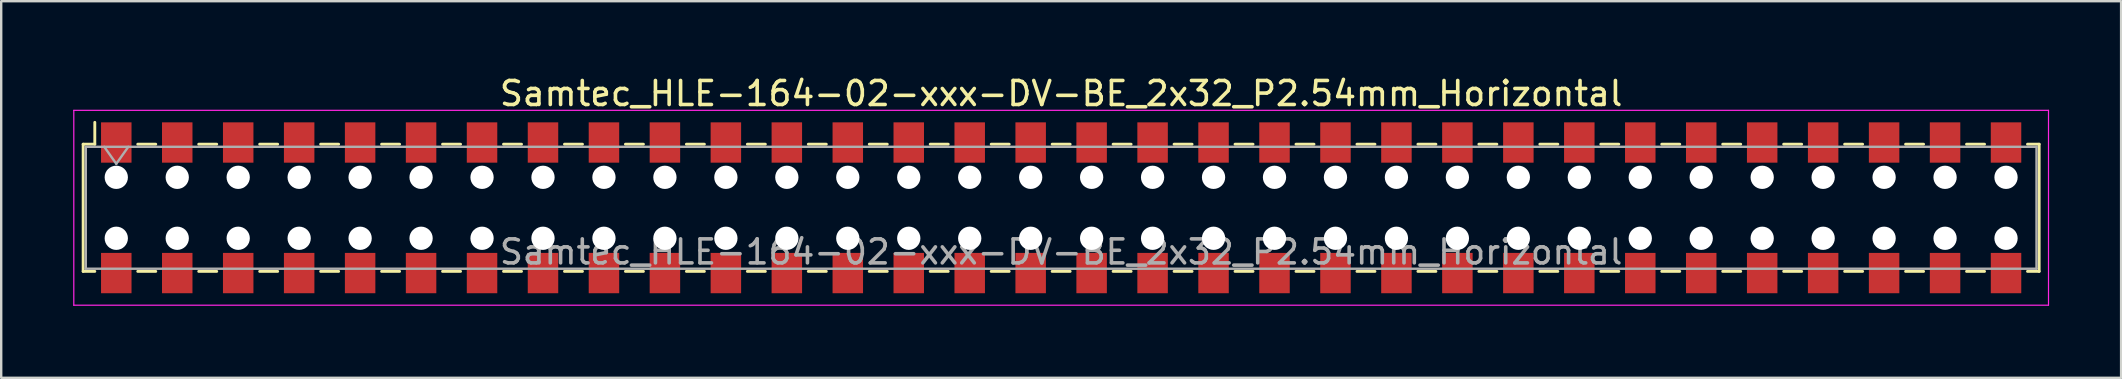
<source format=kicad_pcb>
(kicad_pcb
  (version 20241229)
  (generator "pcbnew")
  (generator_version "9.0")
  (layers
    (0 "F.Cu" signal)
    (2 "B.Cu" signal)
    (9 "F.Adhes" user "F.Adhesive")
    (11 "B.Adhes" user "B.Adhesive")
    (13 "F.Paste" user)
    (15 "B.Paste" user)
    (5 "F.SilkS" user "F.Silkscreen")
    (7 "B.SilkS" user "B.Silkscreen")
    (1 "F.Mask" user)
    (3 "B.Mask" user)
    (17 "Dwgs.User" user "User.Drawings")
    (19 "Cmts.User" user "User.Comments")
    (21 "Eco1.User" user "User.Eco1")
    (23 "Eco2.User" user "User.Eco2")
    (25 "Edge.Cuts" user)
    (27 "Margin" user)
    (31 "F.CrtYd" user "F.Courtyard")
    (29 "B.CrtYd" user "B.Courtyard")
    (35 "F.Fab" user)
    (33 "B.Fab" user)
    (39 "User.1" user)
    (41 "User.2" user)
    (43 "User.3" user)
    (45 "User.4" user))
  (footprint "Samtec_HLE-164-02-xxx-DV-BE_2x32_P2.54mm_Horizontal"
    (layer "F.Cu")
    (at 41.165 5.608)
    (property "Reference" "Samtec_HLE-164-02-xxx-DV-BE_2x32_P2.54mm_Horizontal" (at 0 -4.76 0) (layer "F.SilkS") (effects (font (size 1 1) (thickness 0.15))))
    (attr smd)
    (fp_line (start -40.75 -2.65) (end -40.75 2.65) (stroke (width 0.12) (type solid)) (layer "F.SilkS"))
    (fp_line (start -40.75 2.65) (end -40.265 2.65) (stroke (width 0.12) (type solid)) (layer "F.SilkS"))
    (fp_line (start -40.265 -3.56) (end -40.265 -2.65) (stroke (width 0.12) (type solid)) (layer "F.SilkS"))
    (fp_line (start -40.265 -2.65) (end -40.75 -2.65) (stroke (width 0.12) (type solid)) (layer "F.SilkS"))
    (fp_line (start -38.475 -2.65) (end -37.725 -2.65) (stroke (width 0.12) (type solid)) (layer "F.SilkS"))
    (fp_line (start -38.475 2.65) (end -37.725 2.65) (stroke (width 0.12) (type solid)) (layer "F.SilkS"))
    (fp_line (start -35.935 -2.65) (end -35.185 -2.65) (stroke (width 0.12) (type solid)) (layer "F.SilkS"))
    (fp_line (start -35.935 2.65) (end -35.185 2.65) (stroke (width 0.12) (type solid)) (layer "F.SilkS"))
    (fp_line (start -33.395 -2.65) (end -32.645 -2.65) (stroke (width 0.12) (type solid)) (layer "F.SilkS"))
    (fp_line (start -33.395 2.65) (end -32.645 2.65) (stroke (width 0.12) (type solid)) (layer "F.SilkS"))
    (fp_line (start -30.855 -2.65) (end -30.105 -2.65) (stroke (width 0.12) (type solid)) (layer "F.SilkS"))
    (fp_line (start -30.855 2.65) (end -30.105 2.65) (stroke (width 0.12) (type solid)) (layer "F.SilkS"))
    (fp_line (start -28.315 -2.65) (end -27.565 -2.65) (stroke (width 0.12) (type solid)) (layer "F.SilkS"))
    (fp_line (start -28.315 2.65) (end -27.565 2.65) (stroke (width 0.12) (type solid)) (layer "F.SilkS"))
    (fp_line (start -25.775 -2.65) (end -25.025 -2.65) (stroke (width 0.12) (type solid)) (layer "F.SilkS"))
    (fp_line (start -25.775 2.65) (end -25.025 2.65) (stroke (width 0.12) (type solid)) (layer "F.SilkS"))
    (fp_line (start -23.235 -2.65) (end -22.485 -2.65) (stroke (width 0.12) (type solid)) (layer "F.SilkS"))
    (fp_line (start -23.235 2.65) (end -22.485 2.65) (stroke (width 0.12) (type solid)) (layer "F.SilkS"))
    (fp_line (start -20.695 -2.65) (end -19.945 -2.65) (stroke (width 0.12) (type solid)) (layer "F.SilkS"))
    (fp_line (start -20.695 2.65) (end -19.945 2.65) (stroke (width 0.12) (type solid)) (layer "F.SilkS"))
    (fp_line (start -18.155 -2.65) (end -17.405 -2.65) (stroke (width 0.12) (type solid)) (layer "F.SilkS"))
    (fp_line (start -18.155 2.65) (end -17.405 2.65) (stroke (width 0.12) (type solid)) (layer "F.SilkS"))
    (fp_line (start -15.615 -2.65) (end -14.865 -2.65) (stroke (width 0.12) (type solid)) (layer "F.SilkS"))
    (fp_line (start -15.615 2.65) (end -14.865 2.65) (stroke (width 0.12) (type solid)) (layer "F.SilkS"))
    (fp_line (start -13.075 -2.65) (end -12.325 -2.65) (stroke (width 0.12) (type solid)) (layer "F.SilkS"))
    (fp_line (start -13.075 2.65) (end -12.325 2.65) (stroke (width 0.12) (type solid)) (layer "F.SilkS"))
    (fp_line (start -10.535 -2.65) (end -9.785 -2.65) (stroke (width 0.12) (type solid)) (layer "F.SilkS"))
    (fp_line (start -10.535 2.65) (end -9.785 2.65) (stroke (width 0.12) (type solid)) (layer "F.SilkS"))
    (fp_line (start -7.995 -2.65) (end -7.245 -2.65) (stroke (width 0.12) (type solid)) (layer "F.SilkS"))
    (fp_line (start -7.995 2.65) (end -7.245 2.65) (stroke (width 0.12) (type solid)) (layer "F.SilkS"))
    (fp_line (start -5.455 -2.65) (end -4.705 -2.65) (stroke (width 0.12) (type solid)) (layer "F.SilkS"))
    (fp_line (start -5.455 2.65) (end -4.705 2.65) (stroke (width 0.12) (type solid)) (layer "F.SilkS"))
    (fp_line (start -2.915 -2.65) (end -2.165 -2.65) (stroke (width 0.12) (type solid)) (layer "F.SilkS"))
    (fp_line (start -2.915 2.65) (end -2.165 2.65) (stroke (width 0.12) (type solid)) (layer "F.SilkS"))
    (fp_line (start -0.375 -2.65) (end 0.375 -2.65) (stroke (width 0.12) (type solid)) (layer "F.SilkS"))
    (fp_line (start -0.375 2.65) (end 0.375 2.65) (stroke (width 0.12) (type solid)) (layer "F.SilkS"))
    (fp_line (start 2.165 -2.65) (end 2.915 -2.65) (stroke (width 0.12) (type solid)) (layer "F.SilkS"))
    (fp_line (start 2.165 2.65) (end 2.915 2.65) (stroke (width 0.12) (type solid)) (layer "F.SilkS"))
    (fp_line (start 4.705 -2.65) (end 5.455 -2.65) (stroke (width 0.12) (type solid)) (layer "F.SilkS"))
    (fp_line (start 4.705 2.65) (end 5.455 2.65) (stroke (width 0.12) (type solid)) (layer "F.SilkS"))
    (fp_line (start 7.245 -2.65) (end 7.995 -2.65) (stroke (width 0.12) (type solid)) (layer "F.SilkS"))
    (fp_line (start 7.245 2.65) (end 7.995 2.65) (stroke (width 0.12) (type solid)) (layer "F.SilkS"))
    (fp_line (start 9.785 -2.65) (end 10.535 -2.65) (stroke (width 0.12) (type solid)) (layer "F.SilkS"))
    (fp_line (start 9.785 2.65) (end 10.535 2.65) (stroke (width 0.12) (type solid)) (layer "F.SilkS"))
    (fp_line (start 12.325 -2.65) (end 13.075 -2.65) (stroke (width 0.12) (type solid)) (layer "F.SilkS"))
    (fp_line (start 12.325 2.65) (end 13.075 2.65) (stroke (width 0.12) (type solid)) (layer "F.SilkS"))
    (fp_line (start 14.865 -2.65) (end 15.615 -2.65) (stroke (width 0.12) (type solid)) (layer "F.SilkS"))
    (fp_line (start 14.865 2.65) (end 15.615 2.65) (stroke (width 0.12) (type solid)) (layer "F.SilkS"))
    (fp_line (start 17.405 -2.65) (end 18.155 -2.65) (stroke (width 0.12) (type solid)) (layer "F.SilkS"))
    (fp_line (start 17.405 2.65) (end 18.155 2.65) (stroke (width 0.12) (type solid)) (layer "F.SilkS"))
    (fp_line (start 19.945 -2.65) (end 20.695 -2.65) (stroke (width 0.12) (type solid)) (layer "F.SilkS"))
    (fp_line (start 19.945 2.65) (end 20.695 2.65) (stroke (width 0.12) (type solid)) (layer "F.SilkS"))
    (fp_line (start 22.485 -2.65) (end 23.235 -2.65) (stroke (width 0.12) (type solid)) (layer "F.SilkS"))
    (fp_line (start 22.485 2.65) (end 23.235 2.65) (stroke (width 0.12) (type solid)) (layer "F.SilkS"))
    (fp_line (start 25.025 -2.65) (end 25.775 -2.65) (stroke (width 0.12) (type solid)) (layer "F.SilkS"))
    (fp_line (start 25.025 2.65) (end 25.775 2.65) (stroke (width 0.12) (type solid)) (layer "F.SilkS"))
    (fp_line (start 27.565 -2.65) (end 28.315 -2.65) (stroke (width 0.12) (type solid)) (layer "F.SilkS"))
    (fp_line (start 27.565 2.65) (end 28.315 2.65) (stroke (width 0.12) (type solid)) (layer "F.SilkS"))
    (fp_line (start 30.105 -2.65) (end 30.855 -2.65) (stroke (width 0.12) (type solid)) (layer "F.SilkS"))
    (fp_line (start 30.105 2.65) (end 30.855 2.65) (stroke (width 0.12) (type solid)) (layer "F.SilkS"))
    (fp_line (start 32.645 -2.65) (end 33.395 -2.65) (stroke (width 0.12) (type solid)) (layer "F.SilkS"))
    (fp_line (start 32.645 2.65) (end 33.395 2.65) (stroke (width 0.12) (type solid)) (layer "F.SilkS"))
    (fp_line (start 35.185 -2.65) (end 35.935 -2.65) (stroke (width 0.12) (type solid)) (layer "F.SilkS"))
    (fp_line (start 35.185 2.65) (end 35.935 2.65) (stroke (width 0.12) (type solid)) (layer "F.SilkS"))
    (fp_line (start 37.725 -2.65) (end 38.475 -2.65) (stroke (width 0.12) (type solid)) (layer "F.SilkS"))
    (fp_line (start 37.725 2.65) (end 38.475 2.65) (stroke (width 0.12) (type solid)) (layer "F.SilkS"))
    (fp_line (start 40.265 -2.65) (end 40.75 -2.65) (stroke (width 0.12) (type solid)) (layer "F.SilkS"))
    (fp_line (start 40.75 -2.65) (end 40.75 2.65) (stroke (width 0.12) (type solid)) (layer "F.SilkS"))
    (fp_line (start 40.75 2.65) (end 40.265 2.65) (stroke (width 0.12) (type solid)) (layer "F.SilkS"))
    (fp_line (start -41.14 -4.06) (end 41.14 -4.06) (stroke (width 0.05) (type solid)) (layer "F.CrtYd"))
    (fp_line (start -41.14 4.06) (end -41.14 -4.06) (stroke (width 0.05) (type solid)) (layer "F.CrtYd"))
    (fp_line (start 41.14 -4.06) (end 41.14 4.06) (stroke (width 0.05) (type solid)) (layer "F.CrtYd"))
    (fp_line (start 41.14 4.06) (end -41.14 4.06) (stroke (width 0.05) (type solid)) (layer "F.CrtYd"))
    (fp_line (start -40.64 -2.54) (end 40.64 -2.54) (stroke (width 0.1) (type solid)) (layer "F.Fab"))
    (fp_line (start -40.64 2.54) (end -40.64 -2.54) (stroke (width 0.1) (type solid)) (layer "F.Fab"))
    (fp_line (start -39.87 -2.54) (end -39.37 -1.833) (stroke (width 0.1) (type solid)) (layer "F.Fab"))
    (fp_line (start -39.37 -1.833) (end -38.87 -2.54) (stroke (width 0.1) (type solid)) (layer "F.Fab"))
    (fp_line (start 40.64 -2.54) (end 40.64 2.54) (stroke (width 0.1) (type solid)) (layer "F.Fab"))
    (fp_line (start 40.64 2.54) (end -40.64 2.54) (stroke (width 0.1) (type solid)) (layer "F.Fab"))
    (fp_text user "${REFERENCE}" (at 0 1.84 0) (layer "F.Fab") (effects (font (size 1 1) (thickness 0.15))))
    (pad "" np_thru_hole circle (at -39.37 -1.27) (size 0.97 0.97) (drill 0.97) (layers "*.Cu" "*.Mask"))
    (pad "" np_thru_hole circle (at -39.37 1.27) (size 0.97 0.97) (drill 0.97) (layers "*.Cu" "*.Mask"))
    (pad "" np_thru_hole circle (at -36.83 -1.27) (size 0.97 0.97) (drill 0.97) (layers "*.Cu" "*.Mask"))
    (pad "" np_thru_hole circle (at -36.83 1.27) (size 0.97 0.97) (drill 0.97) (layers "*.Cu" "*.Mask"))
    (pad "" np_thru_hole circle (at -34.29 -1.27) (size 0.97 0.97) (drill 0.97) (layers "*.Cu" "*.Mask"))
    (pad "" np_thru_hole circle (at -34.29 1.27) (size 0.97 0.97) (drill 0.97) (layers "*.Cu" "*.Mask"))
    (pad "" np_thru_hole circle (at -31.75 -1.27) (size 0.97 0.97) (drill 0.97) (layers "*.Cu" "*.Mask"))
    (pad "" np_thru_hole circle (at -31.75 1.27) (size 0.97 0.97) (drill 0.97) (layers "*.Cu" "*.Mask"))
    (pad "" np_thru_hole circle (at -29.21 -1.27) (size 0.97 0.97) (drill 0.97) (layers "*.Cu" "*.Mask"))
    (pad "" np_thru_hole circle (at -29.21 1.27) (size 0.97 0.97) (drill 0.97) (layers "*.Cu" "*.Mask"))
    (pad "" np_thru_hole circle (at -26.67 -1.27) (size 0.97 0.97) (drill 0.97) (layers "*.Cu" "*.Mask"))
    (pad "" np_thru_hole circle (at -26.67 1.27) (size 0.97 0.97) (drill 0.97) (layers "*.Cu" "*.Mask"))
    (pad "" np_thru_hole circle (at -24.13 -1.27) (size 0.97 0.97) (drill 0.97) (layers "*.Cu" "*.Mask"))
    (pad "" np_thru_hole circle (at -24.13 1.27) (size 0.97 0.97) (drill 0.97) (layers "*.Cu" "*.Mask"))
    (pad "" np_thru_hole circle (at -21.59 -1.27) (size 0.97 0.97) (drill 0.97) (layers "*.Cu" "*.Mask"))
    (pad "" np_thru_hole circle (at -21.59 1.27) (size 0.97 0.97) (drill 0.97) (layers "*.Cu" "*.Mask"))
    (pad "" np_thru_hole circle (at -19.05 -1.27) (size 0.97 0.97) (drill 0.97) (layers "*.Cu" "*.Mask"))
    (pad "" np_thru_hole circle (at -19.05 1.27) (size 0.97 0.97) (drill 0.97) (layers "*.Cu" "*.Mask"))
    (pad "" np_thru_hole circle (at -16.51 -1.27) (size 0.97 0.97) (drill 0.97) (layers "*.Cu" "*.Mask"))
    (pad "" np_thru_hole circle (at -16.51 1.27) (size 0.97 0.97) (drill 0.97) (layers "*.Cu" "*.Mask"))
    (pad "" np_thru_hole circle (at -13.97 -1.27) (size 0.97 0.97) (drill 0.97) (layers "*.Cu" "*.Mask"))
    (pad "" np_thru_hole circle (at -13.97 1.27) (size 0.97 0.97) (drill 0.97) (layers "*.Cu" "*.Mask"))
    (pad "" np_thru_hole circle (at -11.43 -1.27) (size 0.97 0.97) (drill 0.97) (layers "*.Cu" "*.Mask"))
    (pad "" np_thru_hole circle (at -11.43 1.27) (size 0.97 0.97) (drill 0.97) (layers "*.Cu" "*.Mask"))
    (pad "" np_thru_hole circle (at -8.89 -1.27) (size 0.97 0.97) (drill 0.97) (layers "*.Cu" "*.Mask"))
    (pad "" np_thru_hole circle (at -8.89 1.27) (size 0.97 0.97) (drill 0.97) (layers "*.Cu" "*.Mask"))
    (pad "" np_thru_hole circle (at -6.35 -1.27) (size 0.97 0.97) (drill 0.97) (layers "*.Cu" "*.Mask"))
    (pad "" np_thru_hole circle (at -6.35 1.27) (size 0.97 0.97) (drill 0.97) (layers "*.Cu" "*.Mask"))
    (pad "" np_thru_hole circle (at -3.81 -1.27) (size 0.97 0.97) (drill 0.97) (layers "*.Cu" "*.Mask"))
    (pad "" np_thru_hole circle (at -3.81 1.27) (size 0.97 0.97) (drill 0.97) (layers "*.Cu" "*.Mask"))
    (pad "" np_thru_hole circle (at -1.27 -1.27) (size 0.97 0.97) (drill 0.97) (layers "*.Cu" "*.Mask"))
    (pad "" np_thru_hole circle (at -1.27 1.27) (size 0.97 0.97) (drill 0.97) (layers "*.Cu" "*.Mask"))
    (pad "" np_thru_hole circle (at 1.27 -1.27) (size 0.97 0.97) (drill 0.97) (layers "*.Cu" "*.Mask"))
    (pad "" np_thru_hole circle (at 1.27 1.27) (size 0.97 0.97) (drill 0.97) (layers "*.Cu" "*.Mask"))
    (pad "" np_thru_hole circle (at 3.81 -1.27) (size 0.97 0.97) (drill 0.97) (layers "*.Cu" "*.Mask"))
    (pad "" np_thru_hole circle (at 3.81 1.27) (size 0.97 0.97) (drill 0.97) (layers "*.Cu" "*.Mask"))
    (pad "" np_thru_hole circle (at 6.35 -1.27) (size 0.97 0.97) (drill 0.97) (layers "*.Cu" "*.Mask"))
    (pad "" np_thru_hole circle (at 6.35 1.27) (size 0.97 0.97) (drill 0.97) (layers "*.Cu" "*.Mask"))
    (pad "" np_thru_hole circle (at 8.89 -1.27) (size 0.97 0.97) (drill 0.97) (layers "*.Cu" "*.Mask"))
    (pad "" np_thru_hole circle (at 8.89 1.27) (size 0.97 0.97) (drill 0.97) (layers "*.Cu" "*.Mask"))
    (pad "" np_thru_hole circle (at 11.43 -1.27) (size 0.97 0.97) (drill 0.97) (layers "*.Cu" "*.Mask"))
    (pad "" np_thru_hole circle (at 11.43 1.27) (size 0.97 0.97) (drill 0.97) (layers "*.Cu" "*.Mask"))
    (pad "" np_thru_hole circle (at 13.97 -1.27) (size 0.97 0.97) (drill 0.97) (layers "*.Cu" "*.Mask"))
    (pad "" np_thru_hole circle (at 13.97 1.27) (size 0.97 0.97) (drill 0.97) (layers "*.Cu" "*.Mask"))
    (pad "" np_thru_hole circle (at 16.51 -1.27) (size 0.97 0.97) (drill 0.97) (layers "*.Cu" "*.Mask"))
    (pad "" np_thru_hole circle (at 16.51 1.27) (size 0.97 0.97) (drill 0.97) (layers "*.Cu" "*.Mask"))
    (pad "" np_thru_hole circle (at 19.05 -1.27) (size 0.97 0.97) (drill 0.97) (layers "*.Cu" "*.Mask"))
    (pad "" np_thru_hole circle (at 19.05 1.27) (size 0.97 0.97) (drill 0.97) (layers "*.Cu" "*.Mask"))
    (pad "" np_thru_hole circle (at 21.59 -1.27) (size 0.97 0.97) (drill 0.97) (layers "*.Cu" "*.Mask"))
    (pad "" np_thru_hole circle (at 21.59 1.27) (size 0.97 0.97) (drill 0.97) (layers "*.Cu" "*.Mask"))
    (pad "" np_thru_hole circle (at 24.13 -1.27) (size 0.97 0.97) (drill 0.97) (layers "*.Cu" "*.Mask"))
    (pad "" np_thru_hole circle (at 24.13 1.27) (size 0.97 0.97) (drill 0.97) (layers "*.Cu" "*.Mask"))
    (pad "" np_thru_hole circle (at 26.67 -1.27) (size 0.97 0.97) (drill 0.97) (layers "*.Cu" "*.Mask"))
    (pad "" np_thru_hole circle (at 26.67 1.27) (size 0.97 0.97) (drill 0.97) (layers "*.Cu" "*.Mask"))
    (pad "" np_thru_hole circle (at 29.21 -1.27) (size 0.97 0.97) (drill 0.97) (layers "*.Cu" "*.Mask"))
    (pad "" np_thru_hole circle (at 29.21 1.27) (size 0.97 0.97) (drill 0.97) (layers "*.Cu" "*.Mask"))
    (pad "" np_thru_hole circle (at 31.75 -1.27) (size 0.97 0.97) (drill 0.97) (layers "*.Cu" "*.Mask"))
    (pad "" np_thru_hole circle (at 31.75 1.27) (size 0.97 0.97) (drill 0.97) (layers "*.Cu" "*.Mask"))
    (pad "" np_thru_hole circle (at 34.29 -1.27) (size 0.97 0.97) (drill 0.97) (layers "*.Cu" "*.Mask"))
    (pad "" np_thru_hole circle (at 34.29 1.27) (size 0.97 0.97) (drill 0.97) (layers "*.Cu" "*.Mask"))
    (pad "" np_thru_hole circle (at 36.83 -1.27) (size 0.97 0.97) (drill 0.97) (layers "*.Cu" "*.Mask"))
    (pad "" np_thru_hole circle (at 36.83 1.27) (size 0.97 0.97) (drill 0.97) (layers "*.Cu" "*.Mask"))
    (pad "" np_thru_hole circle (at 39.37 -1.27) (size 0.97 0.97) (drill 0.97) (layers "*.Cu" "*.Mask"))
    (pad "" np_thru_hole circle (at 39.37 1.27) (size 0.97 0.97) (drill 0.97) (layers "*.Cu" "*.Mask"))
    (pad "1" smd rect (at -39.37 -2.72) (size 1.27 1.68) (layers "F.Cu" "F.Mask" "F.Paste"))
    (pad "2" smd rect (at -39.37 2.72) (size 1.27 1.68) (layers "F.Cu" "F.Mask" "F.Paste"))
    (pad "3" smd rect (at -36.83 -2.72) (size 1.27 1.68) (layers "F.Cu" "F.Mask" "F.Paste"))
    (pad "4" smd rect (at -36.83 2.72) (size 1.27 1.68) (layers "F.Cu" "F.Mask" "F.Paste"))
    (pad "5" smd rect (at -34.29 -2.72) (size 1.27 1.68) (layers "F.Cu" "F.Mask" "F.Paste"))
    (pad "6" smd rect (at -34.29 2.72) (size 1.27 1.68) (layers "F.Cu" "F.Mask" "F.Paste"))
    (pad "7" smd rect (at -31.75 -2.72) (size 1.27 1.68) (layers "F.Cu" "F.Mask" "F.Paste"))
    (pad "8" smd rect (at -31.75 2.72) (size 1.27 1.68) (layers "F.Cu" "F.Mask" "F.Paste"))
    (pad "9" smd rect (at -29.21 -2.72) (size 1.27 1.68) (layers "F.Cu" "F.Mask" "F.Paste"))
    (pad "10" smd rect (at -29.21 2.72) (size 1.27 1.68) (layers "F.Cu" "F.Mask" "F.Paste"))
    (pad "11" smd rect (at -26.67 -2.72) (size 1.27 1.68) (layers "F.Cu" "F.Mask" "F.Paste"))
    (pad "12" smd rect (at -26.67 2.72) (size 1.27 1.68) (layers "F.Cu" "F.Mask" "F.Paste"))
    (pad "13" smd rect (at -24.13 -2.72) (size 1.27 1.68) (layers "F.Cu" "F.Mask" "F.Paste"))
    (pad "14" smd rect (at -24.13 2.72) (size 1.27 1.68) (layers "F.Cu" "F.Mask" "F.Paste"))
    (pad "15" smd rect (at -21.59 -2.72) (size 1.27 1.68) (layers "F.Cu" "F.Mask" "F.Paste"))
    (pad "16" smd rect (at -21.59 2.72) (size 1.27 1.68) (layers "F.Cu" "F.Mask" "F.Paste"))
    (pad "17" smd rect (at -19.05 -2.72) (size 1.27 1.68) (layers "F.Cu" "F.Mask" "F.Paste"))
    (pad "18" smd rect (at -19.05 2.72) (size 1.27 1.68) (layers "F.Cu" "F.Mask" "F.Paste"))
    (pad "19" smd rect (at -16.51 -2.72) (size 1.27 1.68) (layers "F.Cu" "F.Mask" "F.Paste"))
    (pad "20" smd rect (at -16.51 2.72) (size 1.27 1.68) (layers "F.Cu" "F.Mask" "F.Paste"))
    (pad "21" smd rect (at -13.97 -2.72) (size 1.27 1.68) (layers "F.Cu" "F.Mask" "F.Paste"))
    (pad "22" smd rect (at -13.97 2.72) (size 1.27 1.68) (layers "F.Cu" "F.Mask" "F.Paste"))
    (pad "23" smd rect (at -11.43 -2.72) (size 1.27 1.68) (layers "F.Cu" "F.Mask" "F.Paste"))
    (pad "24" smd rect (at -11.43 2.72) (size 1.27 1.68) (layers "F.Cu" "F.Mask" "F.Paste"))
    (pad "25" smd rect (at -8.89 -2.72) (size 1.27 1.68) (layers "F.Cu" "F.Mask" "F.Paste"))
    (pad "26" smd rect (at -8.89 2.72) (size 1.27 1.68) (layers "F.Cu" "F.Mask" "F.Paste"))
    (pad "27" smd rect (at -6.35 -2.72) (size 1.27 1.68) (layers "F.Cu" "F.Mask" "F.Paste"))
    (pad "28" smd rect (at -6.35 2.72) (size 1.27 1.68) (layers "F.Cu" "F.Mask" "F.Paste"))
    (pad "29" smd rect (at -3.81 -2.72) (size 1.27 1.68) (layers "F.Cu" "F.Mask" "F.Paste"))
    (pad "30" smd rect (at -3.81 2.72) (size 1.27 1.68) (layers "F.Cu" "F.Mask" "F.Paste"))
    (pad "31" smd rect (at -1.27 -2.72) (size 1.27 1.68) (layers "F.Cu" "F.Mask" "F.Paste"))
    (pad "32" smd rect (at -1.27 2.72) (size 1.27 1.68) (layers "F.Cu" "F.Mask" "F.Paste"))
    (pad "33" smd rect (at 1.27 -2.72) (size 1.27 1.68) (layers "F.Cu" "F.Mask" "F.Paste"))
    (pad "34" smd rect (at 1.27 2.72) (size 1.27 1.68) (layers "F.Cu" "F.Mask" "F.Paste"))
    (pad "35" smd rect (at 3.81 -2.72) (size 1.27 1.68) (layers "F.Cu" "F.Mask" "F.Paste"))
    (pad "36" smd rect (at 3.81 2.72) (size 1.27 1.68) (layers "F.Cu" "F.Mask" "F.Paste"))
    (pad "37" smd rect (at 6.35 -2.72) (size 1.27 1.68) (layers "F.Cu" "F.Mask" "F.Paste"))
    (pad "38" smd rect (at 6.35 2.72) (size 1.27 1.68) (layers "F.Cu" "F.Mask" "F.Paste"))
    (pad "39" smd rect (at 8.89 -2.72) (size 1.27 1.68) (layers "F.Cu" "F.Mask" "F.Paste"))
    (pad "40" smd rect (at 8.89 2.72) (size 1.27 1.68) (layers "F.Cu" "F.Mask" "F.Paste"))
    (pad "41" smd rect (at 11.43 -2.72) (size 1.27 1.68) (layers "F.Cu" "F.Mask" "F.Paste"))
    (pad "42" smd rect (at 11.43 2.72) (size 1.27 1.68) (layers "F.Cu" "F.Mask" "F.Paste"))
    (pad "43" smd rect (at 13.97 -2.72) (size 1.27 1.68) (layers "F.Cu" "F.Mask" "F.Paste"))
    (pad "44" smd rect (at 13.97 2.72) (size 1.27 1.68) (layers "F.Cu" "F.Mask" "F.Paste"))
    (pad "45" smd rect (at 16.51 -2.72) (size 1.27 1.68) (layers "F.Cu" "F.Mask" "F.Paste"))
    (pad "46" smd rect (at 16.51 2.72) (size 1.27 1.68) (layers "F.Cu" "F.Mask" "F.Paste"))
    (pad "47" smd rect (at 19.05 -2.72) (size 1.27 1.68) (layers "F.Cu" "F.Mask" "F.Paste"))
    (pad "48" smd rect (at 19.05 2.72) (size 1.27 1.68) (layers "F.Cu" "F.Mask" "F.Paste"))
    (pad "49" smd rect (at 21.59 -2.72) (size 1.27 1.68) (layers "F.Cu" "F.Mask" "F.Paste"))
    (pad "50" smd rect (at 21.59 2.72) (size 1.27 1.68) (layers "F.Cu" "F.Mask" "F.Paste"))
    (pad "51" smd rect (at 24.13 -2.72) (size 1.27 1.68) (layers "F.Cu" "F.Mask" "F.Paste"))
    (pad "52" smd rect (at 24.13 2.72) (size 1.27 1.68) (layers "F.Cu" "F.Mask" "F.Paste"))
    (pad "53" smd rect (at 26.67 -2.72) (size 1.27 1.68) (layers "F.Cu" "F.Mask" "F.Paste"))
    (pad "54" smd rect (at 26.67 2.72) (size 1.27 1.68) (layers "F.Cu" "F.Mask" "F.Paste"))
    (pad "55" smd rect (at 29.21 -2.72) (size 1.27 1.68) (layers "F.Cu" "F.Mask" "F.Paste"))
    (pad "56" smd rect (at 29.21 2.72) (size 1.27 1.68) (layers "F.Cu" "F.Mask" "F.Paste"))
    (pad "57" smd rect (at 31.75 -2.72) (size 1.27 1.68) (layers "F.Cu" "F.Mask" "F.Paste"))
    (pad "58" smd rect (at 31.75 2.72) (size 1.27 1.68) (layers "F.Cu" "F.Mask" "F.Paste"))
    (pad "59" smd rect (at 34.29 -2.72) (size 1.27 1.68) (layers "F.Cu" "F.Mask" "F.Paste"))
    (pad "60" smd rect (at 34.29 2.72) (size 1.27 1.68) (layers "F.Cu" "F.Mask" "F.Paste"))
    (pad "61" smd rect (at 36.83 -2.72) (size 1.27 1.68) (layers "F.Cu" "F.Mask" "F.Paste"))
    (pad "62" smd rect (at 36.83 2.72) (size 1.27 1.68) (layers "F.Cu" "F.Mask" "F.Paste"))
    (pad "63" smd rect (at 39.37 -2.72) (size 1.27 1.68) (layers "F.Cu" "F.Mask" "F.Paste"))
    (pad "64" smd rect (at 39.37 2.72) (size 1.27 1.68) (layers "F.Cu" "F.Mask" "F.Paste")))
  (gr_rect
    (start -3 -3)
    (end 85.33 12.693)
    (stroke (width 0.1) (type default))
    (fill no)
    (layer "Edge.Cuts")))
</source>
